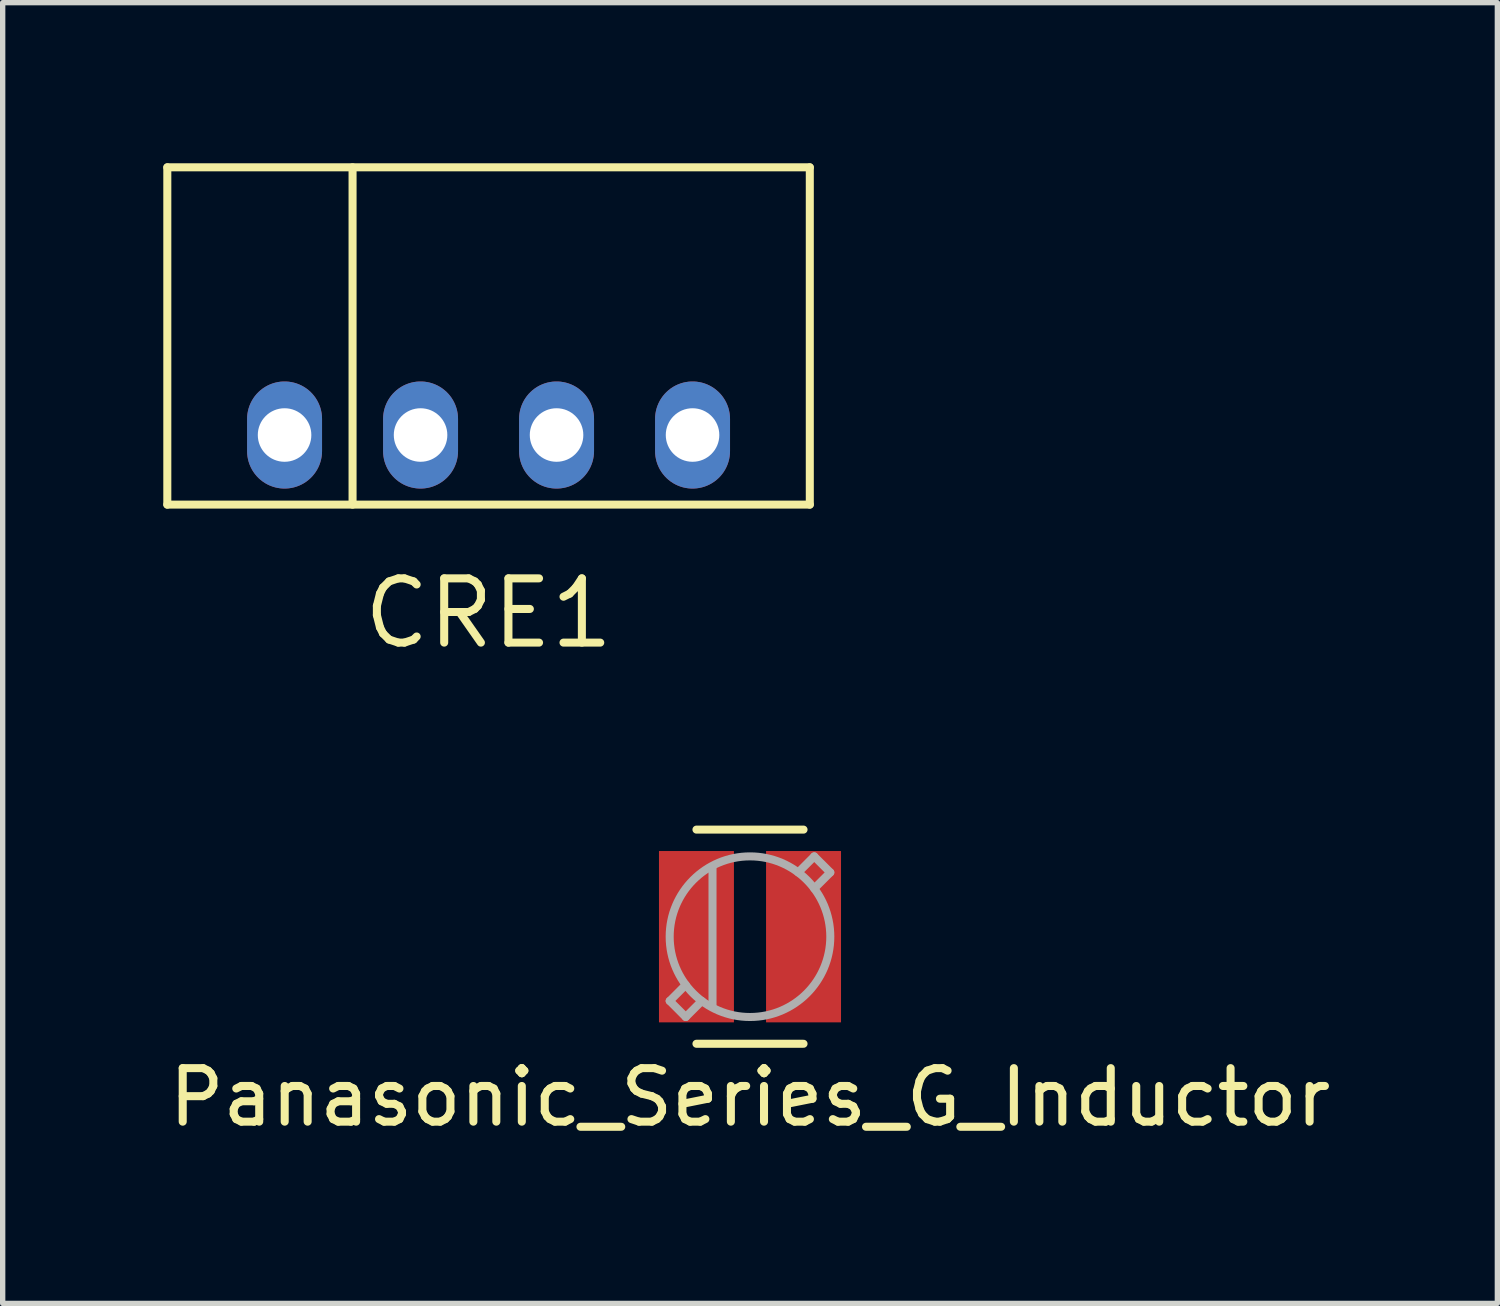
<source format=kicad_pcb>
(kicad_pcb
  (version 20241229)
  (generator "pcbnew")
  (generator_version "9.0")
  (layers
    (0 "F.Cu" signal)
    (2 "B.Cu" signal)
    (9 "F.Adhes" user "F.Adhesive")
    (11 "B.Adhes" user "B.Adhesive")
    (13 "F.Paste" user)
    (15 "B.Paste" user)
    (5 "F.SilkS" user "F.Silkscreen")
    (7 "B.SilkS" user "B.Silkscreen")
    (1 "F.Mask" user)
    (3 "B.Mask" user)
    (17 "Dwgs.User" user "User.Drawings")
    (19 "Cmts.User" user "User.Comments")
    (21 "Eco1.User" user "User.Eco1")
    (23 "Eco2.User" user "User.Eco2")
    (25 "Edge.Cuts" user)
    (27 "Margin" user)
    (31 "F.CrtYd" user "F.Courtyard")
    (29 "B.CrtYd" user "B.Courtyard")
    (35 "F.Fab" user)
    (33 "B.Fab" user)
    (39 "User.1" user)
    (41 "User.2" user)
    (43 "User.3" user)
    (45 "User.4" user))
  (footprint "Panasonic_Series_G_Inductor"
    (layer "F.Cu")
    (at 10.958 14.445)
    (property "Reference" "Panasonic_Series_G_Inductor" (at 0 3 0) (layer "F.SilkS") (effects (font (size 1 1) (thickness 0.15))))
    (attr through_hole)
    (fp_line (start -1 -2) (end 1 -2) (stroke (width 0.15) (type solid)) (layer "F.SilkS"))
    (fp_line (start -1 2) (end 1 2) (stroke (width 0.15) (type solid)) (layer "F.SilkS"))
    (fp_line (start -1.5 1.2) (end -1.2 0.9) (stroke (width 0.15) (type solid)) (layer "F.Fab"))
    (fp_line (start -1.5 1.2) (end -1.2 1.5) (stroke (width 0.15) (type solid)) (layer "F.Fab"))
    (fp_line (start -1.2 1.5) (end -0.9 1.2) (stroke (width 0.15) (type solid)) (layer "F.Fab"))
    (fp_line (start -0.7 -1.3) (end -0.7 1.3) (stroke (width 0.15) (type solid)) (layer "F.Fab"))
    (fp_line (start 1.2 -1.5) (end 0.9 -1.2) (stroke (width 0.15) (type solid)) (layer "F.Fab"))
    (fp_line (start 1.2 -1.5) (end 1.5 -1.2) (stroke (width 0.15) (type solid)) (layer "F.Fab"))
    (fp_line (start 1.5 -1.2) (end 1.2 -0.9) (stroke (width 0.15) (type solid)) (layer "F.Fab"))
    (fp_circle (center 0 0) (end 1.5 0) (stroke (width 0.15) (type solid)) (fill no) (layer "F.Fab"))
    (pad "1" smd rect (at -1 0) (size 1.4 3.2) (layers "F.Cu" "F.Mask" "F.Paste"))
    (pad "2" smd rect (at 1 0) (size 1.4 3.2) (layers "F.Cu" "F.Mask" "F.Paste")))
  (footprint "CRE1"
    (layer "F.Cu")
    (at 6.075 5.075)
    (property "Reference" "CRE1" (at 0 3.33 0) (layer "F.SilkS") (effects (font (size 1.2 1.2) (thickness 0.15))))
    (attr through_hole)
    (fp_line (start -6 -5) (end 6 -5) (stroke (width 0.15) (type solid)) (layer "F.SilkS"))
    (fp_line (start -6 1.3) (end -6 -5) (stroke (width 0.15) (type solid)) (layer "F.SilkS"))
    (fp_line (start -2.54 -5) (end -2.54 1.3) (stroke (width 0.15) (type solid)) (layer "F.SilkS"))
    (fp_line (start 6 -5) (end 6 1.3) (stroke (width 0.15) (type solid)) (layer "F.SilkS"))
    (fp_line (start 6 1.3) (end -6 1.3) (stroke (width 0.15) (type solid)) (layer "F.SilkS"))
    (pad "1" thru_hole oval (at -3.81 0) (size 1.4 2) (drill 1) (layers "*.Cu" "*.Mask"))
    (pad "2" thru_hole oval (at -1.27 0) (size 1.4 2) (drill 1) (layers "*.Cu" "*.Mask"))
    (pad "3" thru_hole oval (at 1.27 0) (size 1.4 2) (drill 1) (layers "*.Cu" "*.Mask"))
    (pad "4" thru_hole oval (at 3.81 0) (size 1.4 2) (drill 1) (layers "*.Cu" "*.Mask")))
  (gr_rect
    (start -3 -3)
    (end 24.917 21.294)
    (stroke (width 0.1) (type default))
    (fill no)
    (layer "Edge.Cuts")))
</source>
